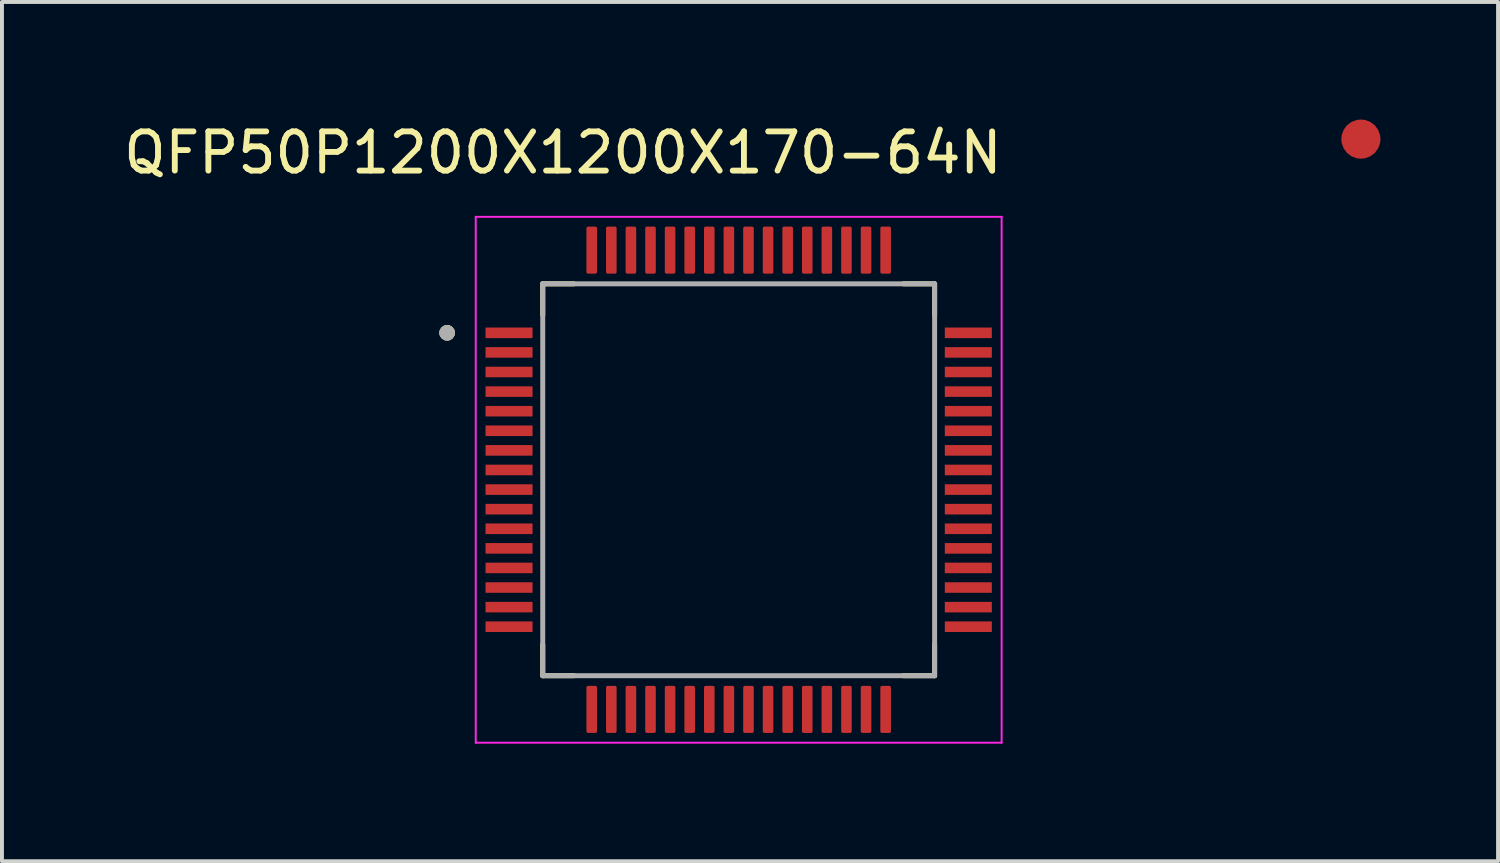
<source format=kicad_pcb>
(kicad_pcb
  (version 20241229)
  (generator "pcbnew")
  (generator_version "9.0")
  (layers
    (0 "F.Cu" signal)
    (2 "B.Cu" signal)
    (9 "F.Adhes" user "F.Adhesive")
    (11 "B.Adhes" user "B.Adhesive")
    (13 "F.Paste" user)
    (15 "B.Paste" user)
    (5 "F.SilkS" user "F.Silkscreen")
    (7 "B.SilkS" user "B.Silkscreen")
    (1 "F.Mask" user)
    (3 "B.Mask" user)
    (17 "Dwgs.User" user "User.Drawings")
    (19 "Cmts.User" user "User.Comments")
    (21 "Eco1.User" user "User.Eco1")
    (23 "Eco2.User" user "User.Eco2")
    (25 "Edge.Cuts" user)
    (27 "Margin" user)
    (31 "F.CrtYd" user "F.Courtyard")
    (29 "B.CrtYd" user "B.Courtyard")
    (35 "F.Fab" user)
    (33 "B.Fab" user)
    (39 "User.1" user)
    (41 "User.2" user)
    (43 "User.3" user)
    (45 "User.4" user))
  (footprint "TP-1.00MM"
    (layer "F.Cu")
    (at 31.678 0.5)
    (property "Reference" "TP-1.00MM" (at -2.529 0.17 0) (unlocked yes) (layer "Eco1.User") (effects (font (size 0.4 0.4) (thickness 0.05)) (justify left bottom mirror)))
    (pad "1" smd roundrect (at 0 0) (size 1 1) (layers "F.Cu" "F.Mask" "F.Paste") (roundrect_rratio 0.5)))
  (footprint "QFP50P1200X1200X170-64N"
    (layer "F.Cu")
    (at 15.8 9.193)
    (property "Reference" "QFP50P1200X1200X170-64N" (at -4.485 -8.345 0) (layer "F.SilkS") (effects (font (size 1 1) (thickness 0.15))))
    (attr smd)
    (fp_line (start -5 -5) (end -5 -4.205) (stroke (width 0.127) (type solid)) (layer "F.SilkS"))
    (fp_line (start -5 -5) (end -4.205 -5) (stroke (width 0.127) (type solid)) (layer "F.SilkS"))
    (fp_line (start -5 5) (end -5 4.205) (stroke (width 0.127) (type solid)) (layer "F.SilkS"))
    (fp_line (start -5 5) (end -4.205 5) (stroke (width 0.127) (type solid)) (layer "F.SilkS"))
    (fp_line (start 5 -5) (end 4.205 -5) (stroke (width 0.127) (type solid)) (layer "F.SilkS"))
    (fp_line (start 5 -5) (end 5 -4.205) (stroke (width 0.127) (type solid)) (layer "F.SilkS"))
    (fp_line (start 5 5) (end 4.205 5) (stroke (width 0.127) (type solid)) (layer "F.SilkS"))
    (fp_line (start 5 5) (end 5 4.205) (stroke (width 0.127) (type solid)) (layer "F.SilkS"))
    (fp_circle (center -7.44 -3.75) (end -7.34 -3.75) (stroke (width 0.2) (type solid)) (fill no) (layer "F.SilkS"))
    (fp_line (start -6.71 -6.71) (end 6.71 -6.71) (stroke (width 0.05) (type solid)) (layer "F.CrtYd"))
    (fp_line (start -6.71 6.71) (end -6.71 -6.71) (stroke (width 0.05) (type solid)) (layer "F.CrtYd"))
    (fp_line (start -6.71 6.71) (end 6.71 6.71) (stroke (width 0.05) (type solid)) (layer "F.CrtYd"))
    (fp_line (start 6.71 6.71) (end 6.71 -6.71) (stroke (width 0.05) (type solid)) (layer "F.CrtYd"))
    (fp_line (start -5 5) (end -5 -5) (stroke (width 0.127) (type solid)) (layer "F.Fab"))
    (fp_line (start 5 -5) (end -5 -5) (stroke (width 0.127) (type solid)) (layer "F.Fab"))
    (fp_line (start 5 5) (end -5 5) (stroke (width 0.127) (type solid)) (layer "F.Fab"))
    (fp_line (start 5 5) (end 5 -5) (stroke (width 0.127) (type solid)) (layer "F.Fab"))
    (fp_circle (center -7.44 -3.75) (end -7.34 -3.75) (stroke (width 0.2) (type solid)) (fill no) (layer "F.Fab"))
    (pad "1" smd roundrect (at -5.86 -3.75) (size 1.2 0.27) (layers "F.Cu" "F.Mask" "F.Paste") (roundrect_rratio 0.03))
    (pad "2" smd roundrect (at -5.86 -3.25) (size 1.2 0.27) (layers "F.Cu" "F.Mask" "F.Paste") (roundrect_rratio 0.03))
    (pad "3" smd roundrect (at -5.86 -2.75) (size 1.2 0.27) (layers "F.Cu" "F.Mask" "F.Paste") (roundrect_rratio 0.03))
    (pad "4" smd roundrect (at -5.86 -2.25) (size 1.2 0.27) (layers "F.Cu" "F.Mask" "F.Paste") (roundrect_rratio 0.03))
    (pad "5" smd roundrect (at -5.86 -1.75) (size 1.2 0.27) (layers "F.Cu" "F.Mask" "F.Paste") (roundrect_rratio 0.03))
    (pad "6" smd roundrect (at -5.86 -1.25) (size 1.2 0.27) (layers "F.Cu" "F.Mask" "F.Paste") (roundrect_rratio 0.03))
    (pad "7" smd roundrect (at -5.86 -0.75) (size 1.2 0.27) (layers "F.Cu" "F.Mask" "F.Paste") (roundrect_rratio 0.03))
    (pad "8" smd roundrect (at -5.86 -0.25) (size 1.2 0.27) (layers "F.Cu" "F.Mask" "F.Paste") (roundrect_rratio 0.03))
    (pad "9" smd roundrect (at -5.86 0.25) (size 1.2 0.27) (layers "F.Cu" "F.Mask" "F.Paste") (roundrect_rratio 0.03))
    (pad "10" smd roundrect (at -5.86 0.75) (size 1.2 0.27) (layers "F.Cu" "F.Mask" "F.Paste") (roundrect_rratio 0.03))
    (pad "11" smd roundrect (at -5.86 1.25) (size 1.2 0.27) (layers "F.Cu" "F.Mask" "F.Paste") (roundrect_rratio 0.03))
    (pad "12" smd roundrect (at -5.86 1.75) (size 1.2 0.27) (layers "F.Cu" "F.Mask" "F.Paste") (roundrect_rratio 0.03))
    (pad "13" smd roundrect (at -5.86 2.25) (size 1.2 0.27) (layers "F.Cu" "F.Mask" "F.Paste") (roundrect_rratio 0.03))
    (pad "14" smd roundrect (at -5.86 2.75) (size 1.2 0.27) (layers "F.Cu" "F.Mask" "F.Paste") (roundrect_rratio 0.03))
    (pad "15" smd roundrect (at -5.86 3.25) (size 1.2 0.27) (layers "F.Cu" "F.Mask" "F.Paste") (roundrect_rratio 0.03))
    (pad "16" smd roundrect (at -5.86 3.75) (size 1.2 0.27) (layers "F.Cu" "F.Mask" "F.Paste") (roundrect_rratio 0.03))
    (pad "17" smd roundrect (at -3.75 5.86) (size 0.27 1.2) (layers "F.Cu" "F.Mask" "F.Paste") (roundrect_rratio 0.15))
    (pad "18" smd roundrect (at -3.25 5.86) (size 0.27 1.2) (layers "F.Cu" "F.Mask" "F.Paste") (roundrect_rratio 0.15))
    (pad "19" smd roundrect (at -2.75 5.86) (size 0.27 1.2) (layers "F.Cu" "F.Mask" "F.Paste") (roundrect_rratio 0.15))
    (pad "20" smd roundrect (at -2.25 5.86) (size 0.27 1.2) (layers "F.Cu" "F.Mask" "F.Paste") (roundrect_rratio 0.15))
    (pad "21" smd roundrect (at -1.75 5.86) (size 0.27 1.2) (layers "F.Cu" "F.Mask" "F.Paste") (roundrect_rratio 0.15))
    (pad "22" smd roundrect (at -1.25 5.86) (size 0.27 1.2) (layers "F.Cu" "F.Mask" "F.Paste") (roundrect_rratio 0.15))
    (pad "23" smd roundrect (at -0.75 5.86) (size 0.27 1.2) (layers "F.Cu" "F.Mask" "F.Paste") (roundrect_rratio 0.15))
    (pad "24" smd roundrect (at -0.25 5.86) (size 0.27 1.2) (layers "F.Cu" "F.Mask" "F.Paste") (roundrect_rratio 0.15))
    (pad "25" smd roundrect (at 0.25 5.86) (size 0.27 1.2) (layers "F.Cu" "F.Mask" "F.Paste") (roundrect_rratio 0.15))
    (pad "26" smd roundrect (at 0.75 5.86) (size 0.27 1.2) (layers "F.Cu" "F.Mask" "F.Paste") (roundrect_rratio 0.15))
    (pad "27" smd roundrect (at 1.25 5.86) (size 0.27 1.2) (layers "F.Cu" "F.Mask" "F.Paste") (roundrect_rratio 0.15))
    (pad "28" smd roundrect (at 1.75 5.86) (size 0.27 1.2) (layers "F.Cu" "F.Mask" "F.Paste") (roundrect_rratio 0.15))
    (pad "29" smd roundrect (at 2.25 5.86) (size 0.27 1.2) (layers "F.Cu" "F.Mask" "F.Paste") (roundrect_rratio 0.15))
    (pad "30" smd roundrect (at 2.75 5.86) (size 0.27 1.2) (layers "F.Cu" "F.Mask" "F.Paste") (roundrect_rratio 0.15))
    (pad "31" smd roundrect (at 3.25 5.86) (size 0.27 1.2) (layers "F.Cu" "F.Mask" "F.Paste") (roundrect_rratio 0.15))
    (pad "32" smd roundrect (at 3.75 5.86) (size 0.27 1.2) (layers "F.Cu" "F.Mask" "F.Paste") (roundrect_rratio 0.15))
    (pad "33" smd roundrect (at 5.86 3.75) (size 1.2 0.27) (layers "F.Cu" "F.Mask" "F.Paste") (roundrect_rratio 0.03))
    (pad "34" smd roundrect (at 5.86 3.25) (size 1.2 0.27) (layers "F.Cu" "F.Mask" "F.Paste") (roundrect_rratio 0.03))
    (pad "35" smd roundrect (at 5.86 2.75) (size 1.2 0.27) (layers "F.Cu" "F.Mask" "F.Paste") (roundrect_rratio 0.03))
    (pad "36" smd roundrect (at 5.86 2.25) (size 1.2 0.27) (layers "F.Cu" "F.Mask" "F.Paste") (roundrect_rratio 0.03))
    (pad "37" smd roundrect (at 5.86 1.75) (size 1.2 0.27) (layers "F.Cu" "F.Mask" "F.Paste") (roundrect_rratio 0.03))
    (pad "38" smd roundrect (at 5.86 1.25) (size 1.2 0.27) (layers "F.Cu" "F.Mask" "F.Paste") (roundrect_rratio 0.03))
    (pad "39" smd roundrect (at 5.86 0.75) (size 1.2 0.27) (layers "F.Cu" "F.Mask" "F.Paste") (roundrect_rratio 0.03))
    (pad "40" smd roundrect (at 5.86 0.25) (size 1.2 0.27) (layers "F.Cu" "F.Mask" "F.Paste") (roundrect_rratio 0.03))
    (pad "41" smd roundrect (at 5.86 -0.25) (size 1.2 0.27) (layers "F.Cu" "F.Mask" "F.Paste") (roundrect_rratio 0.03))
    (pad "42" smd roundrect (at 5.86 -0.75) (size 1.2 0.27) (layers "F.Cu" "F.Mask" "F.Paste") (roundrect_rratio 0.03))
    (pad "43" smd roundrect (at 5.86 -1.25) (size 1.2 0.27) (layers "F.Cu" "F.Mask" "F.Paste") (roundrect_rratio 0.03))
    (pad "44" smd roundrect (at 5.86 -1.75) (size 1.2 0.27) (layers "F.Cu" "F.Mask" "F.Paste") (roundrect_rratio 0.03))
    (pad "45" smd roundrect (at 5.86 -2.25) (size 1.2 0.27) (layers "F.Cu" "F.Mask" "F.Paste") (roundrect_rratio 0.03))
    (pad "46" smd roundrect (at 5.86 -2.75) (size 1.2 0.27) (layers "F.Cu" "F.Mask" "F.Paste") (roundrect_rratio 0.03))
    (pad "47" smd roundrect (at 5.86 -3.25) (size 1.2 0.27) (layers "F.Cu" "F.Mask" "F.Paste") (roundrect_rratio 0.03))
    (pad "48" smd roundrect (at 5.86 -3.75) (size 1.2 0.27) (layers "F.Cu" "F.Mask" "F.Paste") (roundrect_rratio 0.03))
    (pad "49" smd roundrect (at 3.75 -5.86) (size 0.27 1.2) (layers "F.Cu" "F.Mask" "F.Paste") (roundrect_rratio 0.15))
    (pad "50" smd roundrect (at 3.25 -5.86) (size 0.27 1.2) (layers "F.Cu" "F.Mask" "F.Paste") (roundrect_rratio 0.15))
    (pad "51" smd roundrect (at 2.75 -5.86) (size 0.27 1.2) (layers "F.Cu" "F.Mask" "F.Paste") (roundrect_rratio 0.15))
    (pad "52" smd roundrect (at 2.25 -5.86) (size 0.27 1.2) (layers "F.Cu" "F.Mask" "F.Paste") (roundrect_rratio 0.15))
    (pad "53" smd roundrect (at 1.75 -5.86) (size 0.27 1.2) (layers "F.Cu" "F.Mask" "F.Paste") (roundrect_rratio 0.15))
    (pad "54" smd roundrect (at 1.25 -5.86) (size 0.27 1.2) (layers "F.Cu" "F.Mask" "F.Paste") (roundrect_rratio 0.15))
    (pad "55" smd roundrect (at 0.75 -5.86) (size 0.27 1.2) (layers "F.Cu" "F.Mask" "F.Paste") (roundrect_rratio 0.15))
    (pad "56" smd roundrect (at 0.25 -5.86) (size 0.27 1.2) (layers "F.Cu" "F.Mask" "F.Paste") (roundrect_rratio 0.15))
    (pad "57" smd roundrect (at -0.25 -5.86) (size 0.27 1.2) (layers "F.Cu" "F.Mask" "F.Paste") (roundrect_rratio 0.15))
    (pad "58" smd roundrect (at -0.75 -5.86) (size 0.27 1.2) (layers "F.Cu" "F.Mask" "F.Paste") (roundrect_rratio 0.15))
    (pad "59" smd roundrect (at -1.25 -5.86) (size 0.27 1.2) (layers "F.Cu" "F.Mask" "F.Paste") (roundrect_rratio 0.15))
    (pad "60" smd roundrect (at -1.75 -5.86) (size 0.27 1.2) (layers "F.Cu" "F.Mask" "F.Paste") (roundrect_rratio 0.15))
    (pad "61" smd roundrect (at -2.25 -5.86) (size 0.27 1.2) (layers "F.Cu" "F.Mask" "F.Paste") (roundrect_rratio 0.15))
    (pad "62" smd roundrect (at -2.75 -5.86) (size 0.27 1.2) (layers "F.Cu" "F.Mask" "F.Paste") (roundrect_rratio 0.15))
    (pad "63" smd roundrect (at -3.25 -5.86) (size 0.27 1.2) (layers "F.Cu" "F.Mask" "F.Paste") (roundrect_rratio 0.15))
    (pad "64" smd roundrect (at -3.75 -5.86) (size 0.27 1.2) (layers "F.Cu" "F.Mask" "F.Paste") (roundrect_rratio 0.15)))
  (gr_rect
    (start -3 -3)
    (end 35.178 18.928)
    (stroke (width 0.1) (type default))
    (fill no)
    (layer "Edge.Cuts")))
</source>
